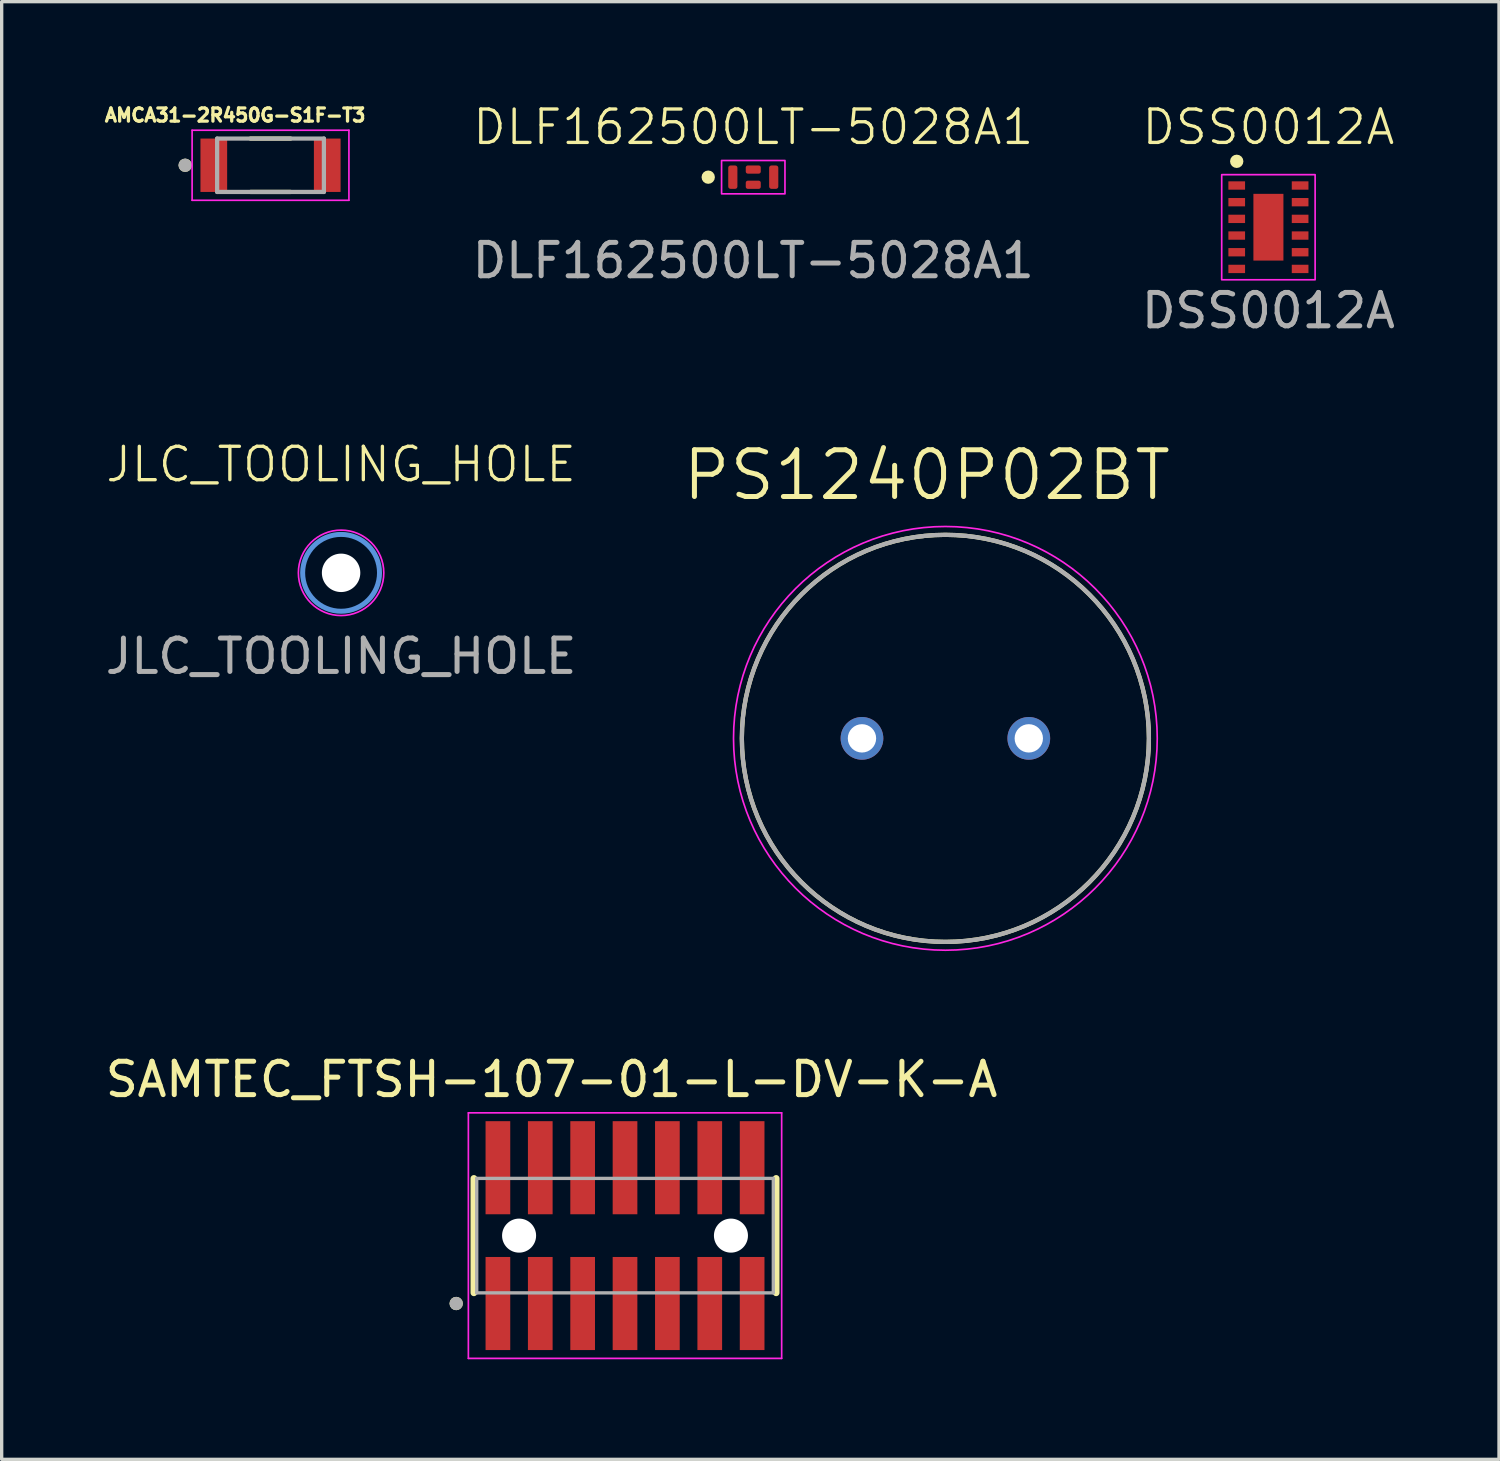
<source format=kicad_pcb>
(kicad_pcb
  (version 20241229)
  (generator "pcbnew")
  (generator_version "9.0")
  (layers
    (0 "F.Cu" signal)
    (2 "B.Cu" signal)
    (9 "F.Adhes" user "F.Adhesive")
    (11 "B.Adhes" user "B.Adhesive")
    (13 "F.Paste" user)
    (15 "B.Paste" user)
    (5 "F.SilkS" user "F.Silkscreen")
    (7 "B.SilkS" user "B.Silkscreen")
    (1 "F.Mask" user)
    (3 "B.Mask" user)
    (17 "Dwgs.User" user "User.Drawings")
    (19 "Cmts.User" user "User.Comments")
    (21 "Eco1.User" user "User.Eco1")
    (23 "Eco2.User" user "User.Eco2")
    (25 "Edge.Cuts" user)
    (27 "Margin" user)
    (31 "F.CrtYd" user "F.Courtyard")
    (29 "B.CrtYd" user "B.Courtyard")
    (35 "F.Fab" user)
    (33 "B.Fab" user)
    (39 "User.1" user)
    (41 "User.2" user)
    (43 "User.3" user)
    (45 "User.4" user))
  (footprint "AMCA31-2R450G-S1F-T3"
    (layer "F.Cu")
    (at 5.058 1.903)
    (property "Reference" "AMCA31-2R450G-S1F-T3" (at -1.06 -1.5 0) (layer "F.SilkS") (effects (font (size 0.394 0.394) (thickness 0.15))))
    (attr smd)
    (fp_line (start -0.6 -0.8) (end 0.6 -0.8) (stroke (width 0.127) (type solid)) (layer "F.SilkS"))
    (fp_line (start -0.6 0.8) (end 0.6 0.8) (stroke (width 0.127) (type solid)) (layer "F.SilkS"))
    (fp_circle (center -2.558 0) (end -2.458 0) (stroke (width 0.2) (type solid)) (fill no) (layer "F.SilkS"))
    (fp_line (start -2.35 -1.05) (end 2.35 -1.05) (stroke (width 0.05) (type solid)) (layer "F.CrtYd"))
    (fp_line (start -2.35 1.05) (end -2.35 -1.05) (stroke (width 0.05) (type solid)) (layer "F.CrtYd"))
    (fp_line (start -2.35 1.05) (end 2.35 1.05) (stroke (width 0.05) (type solid)) (layer "F.CrtYd"))
    (fp_line (start 2.35 1.05) (end 2.35 -1.05) (stroke (width 0.05) (type solid)) (layer "F.CrtYd"))
    (fp_line (start -1.6 0.8) (end -1.6 -0.8) (stroke (width 0.127) (type solid)) (layer "F.Fab"))
    (fp_line (start 1.6 -0.8) (end -1.6 -0.8) (stroke (width 0.127) (type solid)) (layer "F.Fab"))
    (fp_line (start 1.6 0.8) (end -1.6 0.8) (stroke (width 0.127) (type solid)) (layer "F.Fab"))
    (fp_line (start 1.6 0.8) (end 1.6 -0.8) (stroke (width 0.127) (type solid)) (layer "F.Fab"))
    (fp_circle (center -2.558 0) (end -2.458 0) (stroke (width 0.2) (type solid)) (fill no) (layer "F.Fab"))
    (pad "1" smd rect (at -1.7 0) (size 0.8 1.6) (layers "F.Cu" "F.Mask" "F.Paste"))
    (pad "2" smd rect (at 1.7 0) (size 0.8 1.6) (layers "F.Cu" "F.Mask" "F.Paste")))
  (footprint "JLC_TOOLING_HOLE"
    (layer "F.Cu")
    (at 7.173 14.119)
    (property "Reference" "JLC_TOOLING_HOLE" (at 0 -3.25 0) (unlocked yes) (layer "F.SilkS") (effects (font (size 1 1) (thickness 0.1))))
    (attr smd)
    (fp_circle (center 0 0) (end 1.152 0) (stroke (width 0.15) (type solid)) (fill no) (layer "Cmts.User"))
    (fp_circle (center 0 0) (end 1.28 0) (stroke (width 0.05) (type solid)) (fill no) (layer "F.CrtYd"))
    (fp_text user "${REFERENCE}" (at 0 2.5 0) (unlocked yes) (layer "F.Fab") (effects (font (size 1 1) (thickness 0.15))))
    (pad "" np_thru_hole circle (at 0 0) (size 1.152 1.152) (drill 1.152) (layers "*.Cu" "*.Mask")))
  (footprint "DSS0012A"
    (layer "F.Cu")
    (at 34.967 3.76)
    (property "Reference" "DSS0012A" (at 0 -3 0) (unlocked yes) (layer "F.SilkS") (effects (font (size 1 1) (thickness 0.1))))
    (attr smd)
    (fp_circle (center -0.95 -1.975) (end -0.85 -1.975) (stroke (width 0.2) (type solid)) (fill no) (layer "F.SilkS"))
    (fp_rect (start -1.4 -1.575) (end 1.4 1.575) (stroke (width 0.05) (type default)) (fill no) (layer "F.CrtYd"))
    (fp_text user "${REFERENCE}" (at 0 2.5 0) (unlocked yes) (layer "F.Fab") (effects (font (size 1 1) (thickness 0.15))))
    (pad "1" smd rect (at -0.95 -1.25) (size 0.5 0.25) (layers "F.Cu" "F.Mask" "F.Paste"))
    (pad "2" smd rect (at -0.95 -0.75) (size 0.5 0.25) (layers "F.Cu" "F.Mask" "F.Paste"))
    (pad "3" smd rect (at -0.95 -0.25) (size 0.5 0.25) (layers "F.Cu" "F.Mask" "F.Paste"))
    (pad "4" smd rect (at -0.95 0.25) (size 0.5 0.25) (layers "F.Cu" "F.Mask" "F.Paste"))
    (pad "5" smd rect (at -0.95 0.75) (size 0.5 0.25) (layers "F.Cu" "F.Mask" "F.Paste"))
    (pad "6" smd rect (at -0.95 1.25) (size 0.5 0.25) (layers "F.Cu" "F.Mask" "F.Paste"))
    (pad "7" smd rect (at 0.95 1.25) (size 0.5 0.25) (layers "F.Cu" "F.Mask" "F.Paste"))
    (pad "8" smd rect (at 0.95 0.75) (size 0.5 0.25) (layers "F.Cu" "F.Mask" "F.Paste"))
    (pad "9" smd rect (at 0.95 0.25) (size 0.5 0.25) (layers "F.Cu" "F.Mask" "F.Paste"))
    (pad "10" smd rect (at 0.95 -0.25) (size 0.5 0.25) (layers "F.Cu" "F.Mask" "F.Paste"))
    (pad "11" smd rect (at 0.95 -0.75) (size 0.5 0.25) (layers "F.Cu" "F.Mask" "F.Paste"))
    (pad "12" smd rect (at 0.95 -1.25) (size 0.5 0.25) (layers "F.Cu" "F.Mask" "F.Paste"))
    (pad "13" smd rect (at 0 0) (size 0.9 2) (layers "F.Cu" "F.Mask" "F.Paste")))
  (footprint "DLF162500LT-5028A1"
    (layer "F.Cu")
    (at 19.527 2.26)
    (property "Reference" "DLF162500LT-5028A1" (at 0 -1.5 0) (unlocked yes) (layer "F.SilkS") (effects (font (size 1 1) (thickness 0.1))))
    (attr smd)
    (fp_circle (center -1.35 0) (end -1.25 0) (stroke (width 0.2) (type solid)) (fill no) (layer "F.SilkS"))
    (fp_rect (start -0.95 -0.5) (end 0.95 0.5) (stroke (width 0.05) (type default)) (fill no) (layer "F.CrtYd"))
    (fp_text user "${REFERENCE}" (at 0 2.5 0) (unlocked yes) (layer "F.Fab") (effects (font (size 1 1) (thickness 0.15))))
    (pad "1" smd roundrect (at -0.613 0) (size 0.275 0.7) (layers "F.Cu" "F.Mask" "F.Paste") (roundrect_rratio 0.25))
    (pad "2" smd roundrect (at 0 0.228) (size 0.45 0.245) (layers "F.Cu" "F.Mask" "F.Paste") (roundrect_rratio 0.25))
    (pad "3" smd roundrect (at 0.613 0) (size 0.275 0.7) (layers "F.Cu" "F.Mask" "F.Paste") (roundrect_rratio 0.25))
    (pad "4" smd roundrect (at 0 -0.228) (size 0.45 0.245) (layers "F.Cu" "F.Mask" "F.Paste") (roundrect_rratio 0.25)))
  (footprint "SAMTEC_FTSH-107-01-L-DV-K-A"
    (layer "F.Cu")
    (at 15.683 33.984)
    (property "Reference" "SAMTEC_FTSH-107-01-L-DV-K-A" (at -2.201 -4.681 0) (layer "F.SilkS") (effects (font (size 1 1) (thickness 0.15))))
    (attr smd)
    (fp_circle (center -3.175 0) (end -2.614 0) (stroke (width 0) (type solid)) (fill yes) (layer "B.Mask"))
    (fp_circle (center 3.175 0) (end 3.736 0) (stroke (width 0) (type solid)) (fill yes) (layer "B.Mask"))
    (fp_line (start -4.53 -1.715) (end -4.53 1.715) (stroke (width 0.2) (type solid)) (layer "F.SilkS"))
    (fp_line (start 4.53 1.715) (end 4.53 -1.715) (stroke (width 0.2) (type solid)) (layer "F.SilkS"))
    (fp_circle (center -5.06 2.035) (end -4.96 2.035) (stroke (width 0.2) (type solid)) (fill no) (layer "F.SilkS"))
    (fp_poly (pts (xy -1.64 -3.427) (xy -0.9 -3.427) (xy -0.9 -0.637) (xy -1.64 -0.637)) (stroke (width 0.01) (type solid)) (fill yes) (layer "F.Paste"))
    (fp_poly (pts (xy -1.64 0.637) (xy -0.9 0.637) (xy -0.9 3.427) (xy -1.64 3.427)) (stroke (width 0.01) (type solid)) (fill yes) (layer "F.Paste"))
    (fp_poly (pts (xy -0.37 -3.427) (xy 0.37 -3.427) (xy 0.37 -0.637) (xy -0.37 -0.637)) (stroke (width 0.01) (type solid)) (fill yes) (layer "F.Paste"))
    (fp_poly (pts (xy -0.37 0.637) (xy 0.37 0.637) (xy 0.37 3.427) (xy -0.37 3.427)) (stroke (width 0.01) (type solid)) (fill yes) (layer "F.Paste"))
    (fp_poly (pts (xy 0.9 -3.427) (xy 1.64 -3.427) (xy 1.64 -0.637) (xy 0.9 -0.637)) (stroke (width 0.01) (type solid)) (fill yes) (layer "F.Paste"))
    (fp_poly (pts (xy 0.9 0.637) (xy 1.64 0.637) (xy 1.64 3.427) (xy 0.9 3.427)) (stroke (width 0.01) (type solid)) (fill yes) (layer "F.Paste"))
    (fp_poly (pts (xy 2.17 -3.427) (xy 2.91 -3.427) (xy 2.91 -0.637) (xy 2.17 -0.637)) (stroke (width 0.01) (type solid)) (fill yes) (layer "F.Paste"))
    (fp_poly (pts (xy 2.17 0.637) (xy 2.91 0.637) (xy 2.91 3.427) (xy 2.17 3.427)) (stroke (width 0.01) (type solid)) (fill yes) (layer "F.Paste"))
    (fp_poly (pts (xy 3.44 -3.427) (xy 4.18 -3.427) (xy 4.18 -0.637) (xy 3.44 -0.637)) (stroke (width 0.01) (type solid)) (fill yes) (layer "F.Paste"))
    (fp_poly (pts (xy 3.44 0.637) (xy 4.18 0.637) (xy 4.18 3.427) (xy 3.44 3.427)) (stroke (width 0.01) (type solid)) (fill yes) (layer "F.Paste"))
    (fp_line (start -4.695 -3.68) (end 4.695 -3.68) (stroke (width 0.05) (type solid)) (layer "F.CrtYd"))
    (fp_line (start -4.695 3.68) (end -4.695 -3.68) (stroke (width 0.05) (type solid)) (layer "F.CrtYd"))
    (fp_line (start 4.695 -3.68) (end 4.695 3.68) (stroke (width 0.05) (type solid)) (layer "F.CrtYd"))
    (fp_line (start 4.695 3.68) (end -4.695 3.68) (stroke (width 0.05) (type solid)) (layer "F.CrtYd"))
    (fp_line (start -4.445 1.715) (end -4.445 -1.715) (stroke (width 0.1) (type solid)) (layer "F.Fab"))
    (fp_line (start -4.445 1.715) (end 4.445 1.715) (stroke (width 0.1) (type solid)) (layer "F.Fab"))
    (fp_line (start 4.445 -1.715) (end -4.445 -1.715) (stroke (width 0.1) (type solid)) (layer "F.Fab"))
    (fp_line (start 4.445 1.715) (end 4.445 -1.715) (stroke (width 0.1) (type solid)) (layer "F.Fab"))
    (fp_circle (center -5.06 2.035) (end -4.96 2.035) (stroke (width 0.2) (type solid)) (fill no) (layer "F.Fab"))
    (pad "" np_thru_hole circle (at -3.175 0) (size 1.02 1.02) (drill 1.02) (layers "*.Cu" "*.Mask"))
    (pad "" np_thru_hole circle (at 3.175 0) (size 1.02 1.02) (drill 1.02) (layers "*.Cu" "*.Mask"))
    (pad "1" smd rect (at -3.81 2.035) (size 0.74 2.79) (layers "F.Cu" "F.Mask" "F.Paste"))
    (pad "2" smd rect (at -3.81 -2.035) (size 0.74 2.79) (layers "F.Cu" "F.Mask" "F.Paste"))
    (pad "3" smd rect (at -2.54 2.035) (size 0.74 2.79) (layers "F.Cu" "F.Mask" "F.Paste"))
    (pad "4" smd rect (at -2.54 -2.035) (size 0.74 2.79) (layers "F.Cu" "F.Mask" "F.Paste"))
    (pad "5" smd rect (at -1.27 2.035) (size 0.74 2.79) (layers "F.Cu" "F.Mask" "F.Paste"))
    (pad "6" smd rect (at -1.27 -2.035) (size 0.74 2.79) (layers "F.Cu" "F.Mask" "F.Paste"))
    (pad "7" smd rect (at 0 2.035) (size 0.74 2.79) (layers "F.Cu" "F.Mask" "F.Paste"))
    (pad "8" smd rect (at 0 -2.035) (size 0.74 2.79) (layers "F.Cu" "F.Mask" "F.Paste"))
    (pad "9" smd rect (at 1.27 2.035) (size 0.74 2.79) (layers "F.Cu" "F.Mask" "F.Paste"))
    (pad "10" smd rect (at 1.27 -2.035) (size 0.74 2.79) (layers "F.Cu" "F.Mask" "F.Paste"))
    (pad "11" smd rect (at 2.54 2.035) (size 0.74 2.79) (layers "F.Cu" "F.Mask" "F.Paste"))
    (pad "12" smd rect (at 2.54 -2.035) (size 0.74 2.79) (layers "F.Cu" "F.Mask" "F.Paste"))
    (pad "13" smd rect (at 3.81 2.035) (size 0.74 2.79) (layers "F.Cu" "F.Mask" "F.Paste"))
    (pad "14" smd rect (at 3.81 -2.035) (size 0.74 2.79) (layers "F.Cu" "F.Mask" "F.Paste")))
  (footprint "PS1240P02BT"
    (layer "F.Cu")
    (at 25.285 19.08)
    (property "Reference" "PS1240P02BT" (at -0.555 -7.889 0) (layer "F.SilkS") (effects (font (size 1.4 1.4) (thickness 0.15))))
    (attr through_hole)
    (fp_circle (center 0 0) (end 6.1 0) (stroke (width 0.127) (type solid)) (fill no) (layer "F.SilkS"))
    (fp_circle (center 0 0) (end 6.35 0) (stroke (width 0.05) (type solid)) (fill no) (layer "F.CrtYd"))
    (fp_circle (center 0 0) (end 6.1 0) (stroke (width 0.127) (type solid)) (fill no) (layer "F.Fab"))
    (pad "1" thru_hole circle (at -2.5 0) (size 1.28 1.28) (drill 0.85) (layers "*.Cu" "*.Mask"))
    (pad "2" thru_hole circle (at 2.5 0) (size 1.28 1.28) (drill 0.85) (layers "*.Cu" "*.Mask")))
  (gr_rect
    (start -3 -3)
    (end 41.878 40.689)
    (stroke (width 0.1) (type default))
    (fill no)
    (layer "Edge.Cuts")))
</source>
